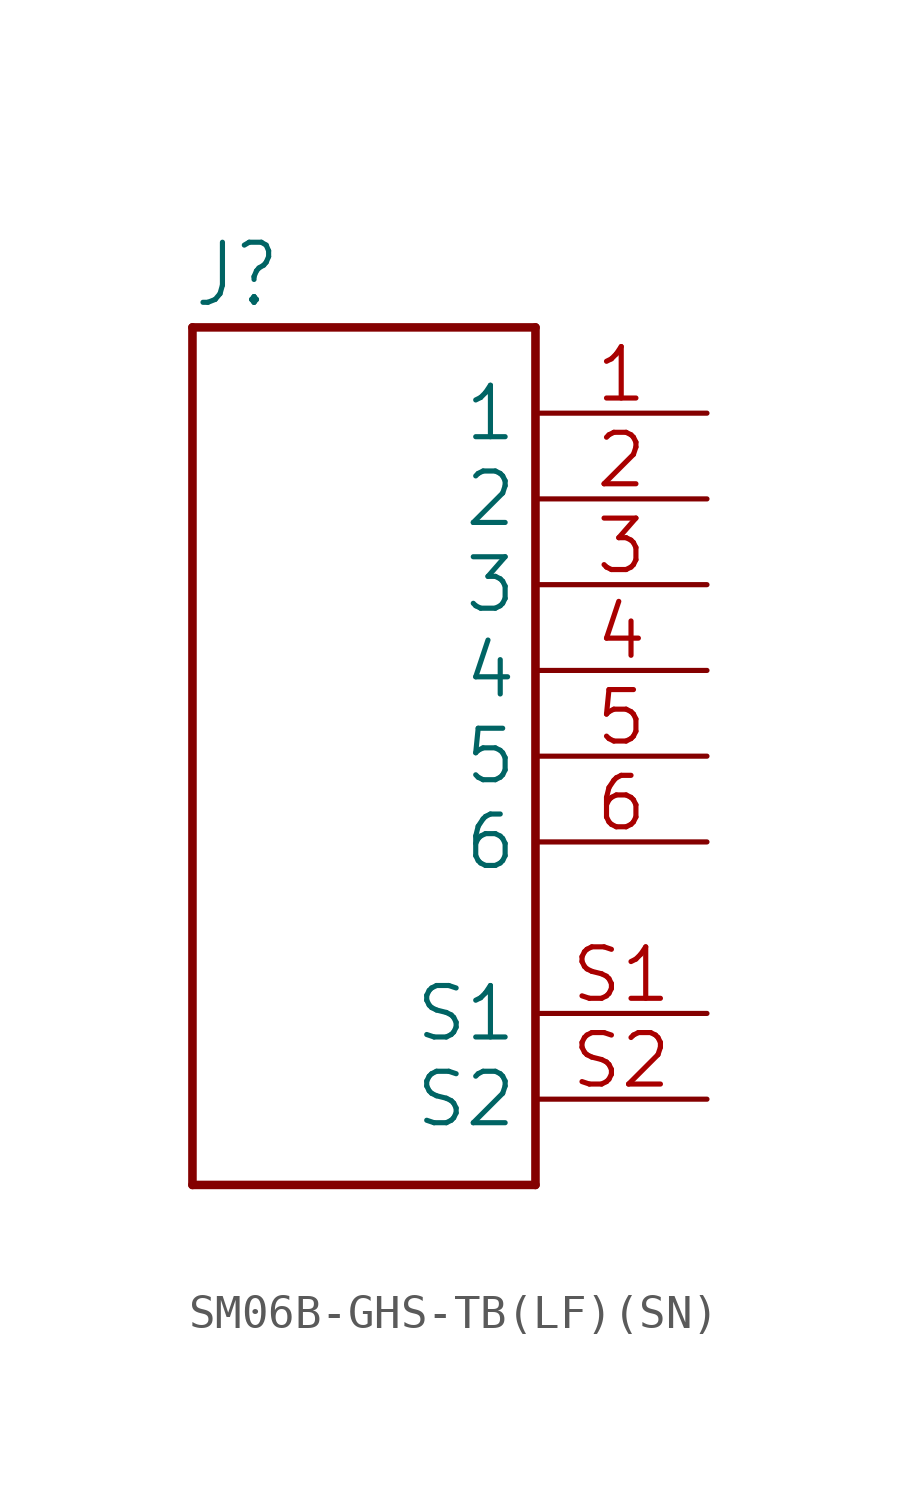
<source format=kicad_sym>
(kicad_symbol_lib
  (version 20241209)
  (generator "kicad_symbol_editor")
  (generator_version "9.0")
  (symbol "SM06B-GHS-TB(LF)(SN)"
    (property "Reference" "J"
      (at -5.084 13.218 0)
      (effects (font (size 1.779 1.512)) (justify left bottom)))
    (property "Value" ""
      (at -5.086 -12.718 0)
      (effects (font (size 1.78 1.513)) (justify left bottom)))
    (property "ki_locked" ""
      (at 0 0 0)
      (effects (font (size 1.27 1.27))))
    (symbol "SM06B-GHS-TB(LF)(SN)_1_0"
      (polyline (pts (xy -5.08 12.7) (xy -5.08 -12.7)) (stroke (width 0.254) (type solid)) (fill (type none)))
      (polyline (pts (xy -5.08 -12.7) (xy 5.08 -12.7)) (stroke (width 0.254) (type solid)) (fill (type none)))
      (polyline (pts (xy 5.08 12.7) (xy -5.08 12.7)) (stroke (width 0.254) (type solid)) (fill (type none)))
      (polyline (pts (xy 5.08 -12.7) (xy 5.08 12.7)) (stroke (width 0.254) (type solid)) (fill (type none)))
      (pin passive line (at 10.16 10.16 180) (length 5.08) (name "1" (effects (font (size 1.524 1.524)))) (number "1" (effects (font (size 1.524 1.524)))))
      (pin passive line (at 10.16 7.62 180) (length 5.08) (name "2" (effects (font (size 1.524 1.524)))) (number "2" (effects (font (size 1.524 1.524)))))
      (pin passive line (at 10.16 5.08 180) (length 5.08) (name "3" (effects (font (size 1.524 1.524)))) (number "3" (effects (font (size 1.524 1.524)))))
      (pin passive line (at 10.16 2.54 180) (length 5.08) (name "4" (effects (font (size 1.524 1.524)))) (number "4" (effects (font (size 1.524 1.524)))))
      (pin passive line (at 10.16 0 180) (length 5.08) (name "5" (effects (font (size 1.524 1.524)))) (number "5" (effects (font (size 1.524 1.524)))))
      (pin passive line (at 10.16 -2.54 180) (length 5.08) (name "6" (effects (font (size 1.524 1.524)))) (number "6" (effects (font (size 1.524 1.524)))))
      (pin power_in line (at 10.16 -7.62 180) (length 5.08) (name "S1" (effects (font (size 1.524 1.524)))) (number "S1" (effects (font (size 1.524 1.524)))))
      (pin power_in line (at 10.16 -10.16 180) (length 5.08) (name "S2" (effects (font (size 1.524 1.524)))) (number "S2" (effects (font (size 1.524 1.524))))))))
</source>
